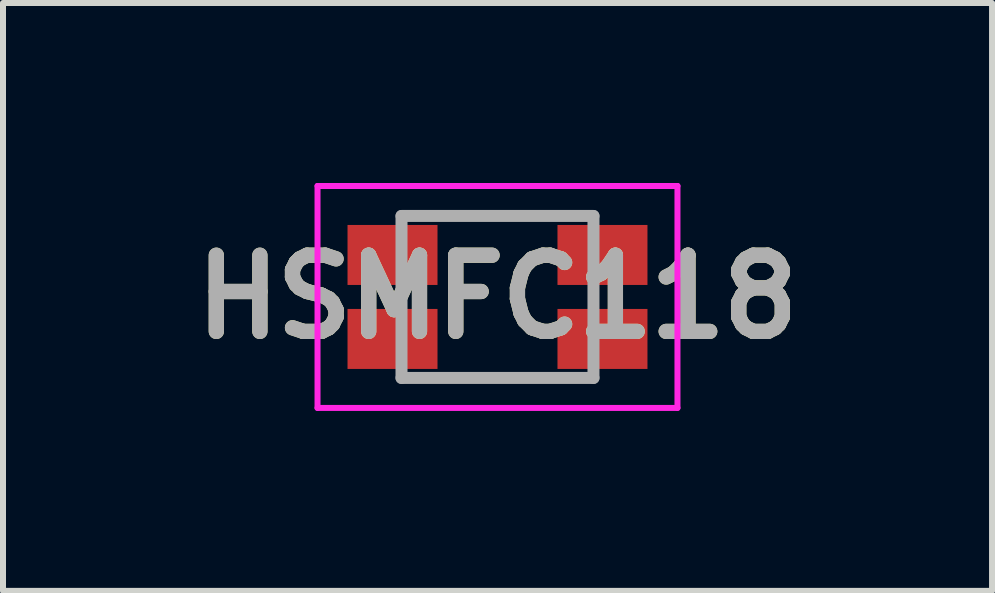
<source format=kicad_pcb>
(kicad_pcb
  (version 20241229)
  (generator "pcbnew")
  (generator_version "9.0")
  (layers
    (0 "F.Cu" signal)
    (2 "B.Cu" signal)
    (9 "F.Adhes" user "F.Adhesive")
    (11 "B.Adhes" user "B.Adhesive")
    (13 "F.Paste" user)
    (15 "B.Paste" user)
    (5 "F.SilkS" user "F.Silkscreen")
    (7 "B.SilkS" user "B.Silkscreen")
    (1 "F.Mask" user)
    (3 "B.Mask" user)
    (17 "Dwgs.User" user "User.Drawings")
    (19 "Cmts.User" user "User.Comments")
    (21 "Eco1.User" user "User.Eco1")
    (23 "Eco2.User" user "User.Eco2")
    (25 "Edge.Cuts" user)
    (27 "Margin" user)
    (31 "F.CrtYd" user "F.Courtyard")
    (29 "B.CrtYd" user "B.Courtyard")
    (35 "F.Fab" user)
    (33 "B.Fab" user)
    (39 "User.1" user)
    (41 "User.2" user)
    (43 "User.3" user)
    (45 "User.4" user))
  (footprint "HSMFC118"
    (layer "F.Cu")
    (at 5.243 1.9)
    (property "Reference" "HSMFC118" (at 0 0 0) (layer "F.SilkS") (effects (font (size 1.27 1.27) (thickness 0.254))))
    (attr smd)
    (fp_line (start -1.6 -1.35) (end 1.6 -1.35) (stroke (width 0.1) (type solid)) (layer "F.SilkS"))
    (fp_line (start -1.6 1.35) (end 1.6 1.35) (stroke (width 0.1) (type solid)) (layer "F.SilkS"))
    (fp_line (start -3 -1.85) (end 3 -1.85) (stroke (width 0.1) (type solid)) (layer "F.CrtYd"))
    (fp_line (start -3 1.85) (end -3 -1.85) (stroke (width 0.1) (type solid)) (layer "F.CrtYd"))
    (fp_line (start 3 -1.85) (end 3 1.85) (stroke (width 0.1) (type solid)) (layer "F.CrtYd"))
    (fp_line (start 3 1.85) (end -3 1.85) (stroke (width 0.1) (type solid)) (layer "F.CrtYd"))
    (fp_line (start -1.6 -1.35) (end 1.6 -1.35) (stroke (width 0.2) (type solid)) (layer "F.Fab"))
    (fp_line (start -1.6 1.35) (end -1.6 -1.35) (stroke (width 0.2) (type solid)) (layer "F.Fab"))
    (fp_line (start 1.6 -1.35) (end 1.6 1.35) (stroke (width 0.2) (type solid)) (layer "F.Fab"))
    (fp_line (start 1.6 1.35) (end -1.6 1.35) (stroke (width 0.2) (type solid)) (layer "F.Fab"))
    (fp_text user "${REFERENCE}" (at 0 0 0) (layer "F.Fab") (effects (font (size 1.27 1.27) (thickness 0.254))))
    (pad "1" smd rect (at 1.75 0.7 90) (size 1 1.5) (layers "F.Cu" "F.Mask" "F.Paste"))
    (pad "2" smd rect (at 1.75 -0.7 90) (size 1 1.5) (layers "F.Cu" "F.Mask" "F.Paste"))
    (pad "3" smd rect (at -1.75 -0.7 90) (size 1 1.5) (layers "F.Cu" "F.Mask" "F.Paste"))
    (pad "4" smd rect (at -1.75 0.7 90) (size 1 1.5) (layers "F.Cu" "F.Mask" "F.Paste")))
  (gr_rect
    (start -3 -3)
    (end 13.487 6.8)
    (stroke (width 0.1) (type default))
    (fill no)
    (layer "Edge.Cuts")))
</source>
